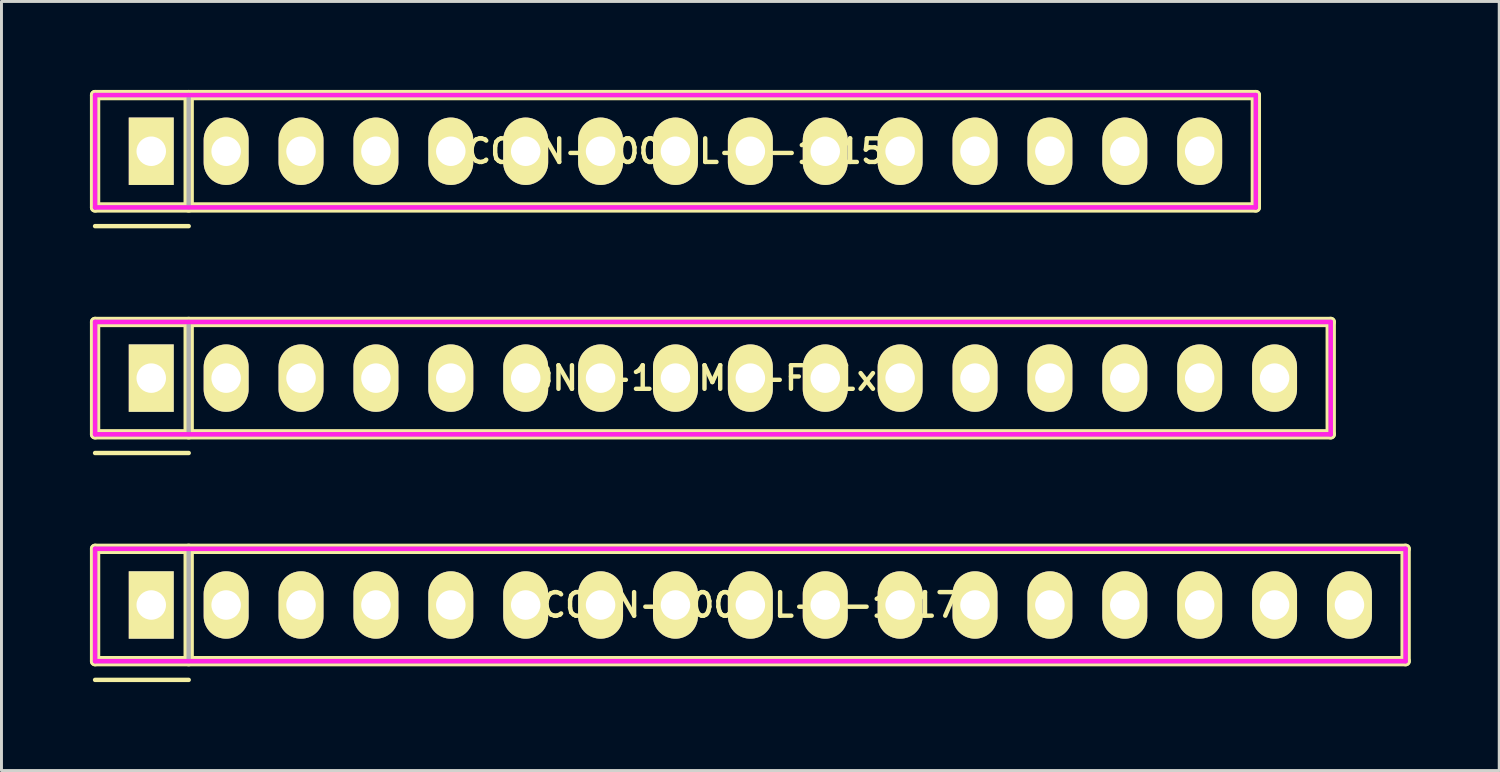
<source format=kicad_pcb>
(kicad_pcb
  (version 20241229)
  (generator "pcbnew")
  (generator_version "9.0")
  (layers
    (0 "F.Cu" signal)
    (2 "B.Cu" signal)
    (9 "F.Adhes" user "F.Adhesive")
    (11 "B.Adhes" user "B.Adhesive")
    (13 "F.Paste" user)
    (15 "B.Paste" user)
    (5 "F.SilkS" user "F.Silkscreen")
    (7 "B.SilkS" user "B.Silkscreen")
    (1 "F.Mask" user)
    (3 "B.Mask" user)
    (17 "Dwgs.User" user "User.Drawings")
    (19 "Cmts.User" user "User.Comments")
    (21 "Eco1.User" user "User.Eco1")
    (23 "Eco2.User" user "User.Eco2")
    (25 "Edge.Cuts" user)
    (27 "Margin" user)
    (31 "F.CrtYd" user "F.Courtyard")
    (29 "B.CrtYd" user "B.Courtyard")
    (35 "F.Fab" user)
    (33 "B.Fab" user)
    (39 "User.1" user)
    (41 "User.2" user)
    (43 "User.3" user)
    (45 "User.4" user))
  (footprint "CONN-100MIL-F-1x17"
    (layer "F.Cu")
    (at 22.4 17.47)
    (property "Reference" "CONN-100MIL-F-1x17" (at 0 0 0) (layer "F.SilkS") (effects (font (size 0.8 0.8) (thickness 0.15))))
    (attr through_hole)
    (fp_line (start -22.225 -1.905) (end 22.225 -1.905) (stroke (width 0.35) (type solid)) (layer "F.SilkS"))
    (fp_line (start -22.225 1.905) (end -22.225 -1.905) (stroke (width 0.35) (type solid)) (layer "F.SilkS"))
    (fp_line (start -22.225 2.54) (end -19.05 2.54) (stroke (width 0.15) (type solid)) (layer "F.SilkS"))
    (fp_line (start -19.05 -1.905) (end -19.05 1.905) (stroke (width 0.35) (type solid)) (layer "F.SilkS"))
    (fp_line (start 22.225 -1.905) (end 22.225 1.905) (stroke (width 0.35) (type solid)) (layer "F.SilkS"))
    (fp_line (start 22.225 1.905) (end -22.225 1.905) (stroke (width 0.35) (type solid)) (layer "F.SilkS"))
    (fp_line (start -22.225 -1.905) (end 22.225 -1.905) (stroke (width 0.15) (type solid)) (layer "F.CrtYd"))
    (fp_line (start -22.225 1.905) (end -22.225 -1.905) (stroke (width 0.15) (type solid)) (layer "F.CrtYd"))
    (fp_line (start 22.225 -1.905) (end 22.225 1.905) (stroke (width 0.15) (type solid)) (layer "F.CrtYd"))
    (fp_line (start 22.225 1.905) (end -22.225 1.905) (stroke (width 0.15) (type solid)) (layer "F.CrtYd"))
    (fp_line (start -22.225 -1.905) (end 22.225 -1.905) (stroke (width 0.15) (type solid)) (layer "F.Fab"))
    (fp_line (start -22.225 1.905) (end -22.225 -1.905) (stroke (width 0.15) (type solid)) (layer "F.Fab"))
    (fp_line (start -19.05 -1.905) (end -19.05 1.905) (stroke (width 0.15) (type solid)) (layer "F.Fab"))
    (fp_line (start 22.225 -1.905) (end 22.225 1.905) (stroke (width 0.15) (type solid)) (layer "F.Fab"))
    (fp_line (start 22.225 1.905) (end -22.225 1.905) (stroke (width 0.15) (type solid)) (layer "F.Fab"))
    (pad "1" thru_hole rect (at -20.32 0) (size 1.524 2.286) (drill 1) (layers "*.Cu" "*.Mask" "F.SilkS"))
    (pad "2" thru_hole oval (at -17.78 0) (size 1.524 2.286) (drill 1) (layers "*.Cu" "*.Mask" "F.SilkS"))
    (pad "3" thru_hole oval (at -15.24 0) (size 1.524 2.286) (drill 1) (layers "*.Cu" "*.Mask" "F.SilkS"))
    (pad "4" thru_hole oval (at -12.7 0) (size 1.524 2.286) (drill 1) (layers "*.Cu" "*.Mask" "F.SilkS"))
    (pad "5" thru_hole oval (at -10.16 0) (size 1.524 2.286) (drill 1) (layers "*.Cu" "*.Mask" "F.SilkS"))
    (pad "6" thru_hole oval (at -7.62 0) (size 1.524 2.286) (drill 1) (layers "*.Cu" "*.Mask" "F.SilkS"))
    (pad "7" thru_hole oval (at -5.08 0) (size 1.524 2.286) (drill 1) (layers "*.Cu" "*.Mask" "F.SilkS"))
    (pad "8" thru_hole oval (at -2.54 0) (size 1.524 2.286) (drill 1) (layers "*.Cu" "*.Mask" "F.SilkS"))
    (pad "9" thru_hole oval (at 0 0) (size 1.524 2.286) (drill 1) (layers "*.Cu" "*.Mask" "F.SilkS"))
    (pad "10" thru_hole oval (at 2.54 0) (size 1.524 2.286) (drill 1) (layers "*.Cu" "*.Mask" "F.SilkS"))
    (pad "11" thru_hole oval (at 5.08 0) (size 1.524 2.286) (drill 1) (layers "*.Cu" "*.Mask" "F.SilkS"))
    (pad "12" thru_hole oval (at 7.62 0) (size 1.524 2.286) (drill 1) (layers "*.Cu" "*.Mask" "F.SilkS"))
    (pad "13" thru_hole oval (at 10.16 0) (size 1.524 2.286) (drill 1) (layers "*.Cu" "*.Mask" "F.SilkS"))
    (pad "14" thru_hole oval (at 12.7 0) (size 1.524 2.286) (drill 1) (layers "*.Cu" "*.Mask" "F.SilkS"))
    (pad "15" thru_hole oval (at 15.24 0) (size 1.524 2.286) (drill 1) (layers "*.Cu" "*.Mask" "F.SilkS"))
    (pad "16" thru_hole oval (at 17.78 0) (size 1.524 2.286) (drill 1) (layers "*.Cu" "*.Mask" "F.SilkS"))
    (pad "17" thru_hole oval (at 20.32 0) (size 1.524 2.286) (drill 1) (layers "*.Cu" "*.Mask" "F.SilkS")))
  (footprint "CONN-100MIL-F-1x16"
    (layer "F.Cu")
    (at 21.13 9.775)
    (property "Reference" "CONN-100MIL-F-1x16" (at 0 0 0) (layer "F.SilkS") (effects (font (size 0.8 0.8) (thickness 0.15))))
    (attr through_hole)
    (fp_line (start -20.955 -1.905) (end 20.955 -1.905) (stroke (width 0.35) (type solid)) (layer "F.SilkS"))
    (fp_line (start -20.955 1.905) (end -20.955 -1.905) (stroke (width 0.35) (type solid)) (layer "F.SilkS"))
    (fp_line (start -20.955 2.54) (end -17.78 2.54) (stroke (width 0.15) (type solid)) (layer "F.SilkS"))
    (fp_line (start -17.78 -1.905) (end -17.78 1.905) (stroke (width 0.35) (type solid)) (layer "F.SilkS"))
    (fp_line (start 20.955 -1.905) (end 20.955 1.905) (stroke (width 0.35) (type solid)) (layer "F.SilkS"))
    (fp_line (start 20.955 1.905) (end -20.955 1.905) (stroke (width 0.35) (type solid)) (layer "F.SilkS"))
    (fp_line (start -20.955 -1.905) (end 20.955 -1.905) (stroke (width 0.15) (type solid)) (layer "F.CrtYd"))
    (fp_line (start -20.955 1.905) (end -20.955 -1.905) (stroke (width 0.15) (type solid)) (layer "F.CrtYd"))
    (fp_line (start 20.955 -1.905) (end 20.955 1.905) (stroke (width 0.15) (type solid)) (layer "F.CrtYd"))
    (fp_line (start 20.955 1.905) (end -20.955 1.905) (stroke (width 0.15) (type solid)) (layer "F.CrtYd"))
    (fp_line (start -20.955 -1.905) (end 20.955 -1.905) (stroke (width 0.15) (type solid)) (layer "F.Fab"))
    (fp_line (start -20.955 1.905) (end -20.955 -1.905) (stroke (width 0.15) (type solid)) (layer "F.Fab"))
    (fp_line (start -17.78 -1.905) (end -17.78 1.905) (stroke (width 0.15) (type solid)) (layer "F.Fab"))
    (fp_line (start 20.955 -1.905) (end 20.955 1.905) (stroke (width 0.15) (type solid)) (layer "F.Fab"))
    (fp_line (start 20.955 1.905) (end -20.955 1.905) (stroke (width 0.15) (type solid)) (layer "F.Fab"))
    (pad "1" thru_hole rect (at -19.05 0) (size 1.524 2.286) (drill 1) (layers "*.Cu" "*.Mask" "F.SilkS"))
    (pad "2" thru_hole oval (at -16.51 0) (size 1.524 2.286) (drill 1) (layers "*.Cu" "*.Mask" "F.SilkS"))
    (pad "3" thru_hole oval (at -13.97 0) (size 1.524 2.286) (drill 1) (layers "*.Cu" "*.Mask" "F.SilkS"))
    (pad "4" thru_hole oval (at -11.43 0) (size 1.524 2.286) (drill 1) (layers "*.Cu" "*.Mask" "F.SilkS"))
    (pad "5" thru_hole oval (at -8.89 0) (size 1.524 2.286) (drill 1) (layers "*.Cu" "*.Mask" "F.SilkS"))
    (pad "6" thru_hole oval (at -6.35 0) (size 1.524 2.286) (drill 1) (layers "*.Cu" "*.Mask" "F.SilkS"))
    (pad "7" thru_hole oval (at -3.81 0) (size 1.524 2.286) (drill 1) (layers "*.Cu" "*.Mask" "F.SilkS"))
    (pad "8" thru_hole oval (at -1.27 0) (size 1.524 2.286) (drill 1) (layers "*.Cu" "*.Mask" "F.SilkS"))
    (pad "9" thru_hole oval (at 1.27 0) (size 1.524 2.286) (drill 1) (layers "*.Cu" "*.Mask" "F.SilkS"))
    (pad "10" thru_hole oval (at 3.81 0) (size 1.524 2.286) (drill 1) (layers "*.Cu" "*.Mask" "F.SilkS"))
    (pad "11" thru_hole oval (at 6.35 0) (size 1.524 2.286) (drill 1) (layers "*.Cu" "*.Mask" "F.SilkS"))
    (pad "12" thru_hole oval (at 8.89 0) (size 1.524 2.286) (drill 1) (layers "*.Cu" "*.Mask" "F.SilkS"))
    (pad "13" thru_hole oval (at 11.43 0) (size 1.524 2.286) (drill 1) (layers "*.Cu" "*.Mask" "F.SilkS"))
    (pad "14" thru_hole oval (at 13.97 0) (size 1.524 2.286) (drill 1) (layers "*.Cu" "*.Mask" "F.SilkS"))
    (pad "15" thru_hole oval (at 16.51 0) (size 1.524 2.286) (drill 1) (layers "*.Cu" "*.Mask" "F.SilkS"))
    (pad "16" thru_hole oval (at 19.05 0) (size 1.524 2.286) (drill 1) (layers "*.Cu" "*.Mask" "F.SilkS")))
  (footprint "CONN-100MIL-F-1x15"
    (layer "F.Cu")
    (at 19.86 2.08)
    (property "Reference" "CONN-100MIL-F-1x15" (at 0 0 0) (layer "F.SilkS") (effects (font (size 0.8 0.8) (thickness 0.15))))
    (attr through_hole)
    (fp_line (start -19.685 -1.905) (end 19.685 -1.905) (stroke (width 0.35) (type solid)) (layer "F.SilkS"))
    (fp_line (start -19.685 1.905) (end -19.685 -1.905) (stroke (width 0.35) (type solid)) (layer "F.SilkS"))
    (fp_line (start -19.685 2.54) (end -16.51 2.54) (stroke (width 0.15) (type solid)) (layer "F.SilkS"))
    (fp_line (start -16.51 -1.905) (end -16.51 1.905) (stroke (width 0.35) (type solid)) (layer "F.SilkS"))
    (fp_line (start 19.685 -1.905) (end 19.685 1.905) (stroke (width 0.35) (type solid)) (layer "F.SilkS"))
    (fp_line (start 19.685 1.905) (end -19.685 1.905) (stroke (width 0.35) (type solid)) (layer "F.SilkS"))
    (fp_line (start -19.685 -1.905) (end 19.685 -1.905) (stroke (width 0.15) (type solid)) (layer "F.CrtYd"))
    (fp_line (start -19.685 1.905) (end -19.685 -1.905) (stroke (width 0.15) (type solid)) (layer "F.CrtYd"))
    (fp_line (start 19.685 -1.905) (end 19.685 1.905) (stroke (width 0.15) (type solid)) (layer "F.CrtYd"))
    (fp_line (start 19.685 1.905) (end -19.685 1.905) (stroke (width 0.15) (type solid)) (layer "F.CrtYd"))
    (fp_line (start -19.685 -1.905) (end 19.685 -1.905) (stroke (width 0.15) (type solid)) (layer "F.Fab"))
    (fp_line (start -19.685 1.905) (end -19.685 -1.905) (stroke (width 0.15) (type solid)) (layer "F.Fab"))
    (fp_line (start -16.51 -1.905) (end -16.51 1.905) (stroke (width 0.15) (type solid)) (layer "F.Fab"))
    (fp_line (start 19.685 -1.905) (end 19.685 1.905) (stroke (width 0.15) (type solid)) (layer "F.Fab"))
    (fp_line (start 19.685 1.905) (end -19.685 1.905) (stroke (width 0.15) (type solid)) (layer "F.Fab"))
    (pad "1" thru_hole rect (at -17.78 0) (size 1.524 2.286) (drill 1) (layers "*.Cu" "*.Mask" "F.SilkS"))
    (pad "2" thru_hole oval (at -15.24 0) (size 1.524 2.286) (drill 1) (layers "*.Cu" "*.Mask" "F.SilkS"))
    (pad "3" thru_hole oval (at -12.7 0) (size 1.524 2.286) (drill 1) (layers "*.Cu" "*.Mask" "F.SilkS"))
    (pad "4" thru_hole oval (at -10.16 0) (size 1.524 2.286) (drill 1) (layers "*.Cu" "*.Mask" "F.SilkS"))
    (pad "5" thru_hole oval (at -7.62 0) (size 1.524 2.286) (drill 1) (layers "*.Cu" "*.Mask" "F.SilkS"))
    (pad "6" thru_hole oval (at -5.08 0) (size 1.524 2.286) (drill 1) (layers "*.Cu" "*.Mask" "F.SilkS"))
    (pad "7" thru_hole oval (at -2.54 0) (size 1.524 2.286) (drill 1) (layers "*.Cu" "*.Mask" "F.SilkS"))
    (pad "8" thru_hole oval (at 0 0) (size 1.524 2.286) (drill 1) (layers "*.Cu" "*.Mask" "F.SilkS"))
    (pad "9" thru_hole oval (at 2.54 0) (size 1.524 2.286) (drill 1) (layers "*.Cu" "*.Mask" "F.SilkS"))
    (pad "10" thru_hole oval (at 5.08 0) (size 1.524 2.286) (drill 1) (layers "*.Cu" "*.Mask" "F.SilkS"))
    (pad "11" thru_hole oval (at 7.62 0) (size 1.524 2.286) (drill 1) (layers "*.Cu" "*.Mask" "F.SilkS"))
    (pad "12" thru_hole oval (at 10.16 0) (size 1.524 2.286) (drill 1) (layers "*.Cu" "*.Mask" "F.SilkS"))
    (pad "13" thru_hole oval (at 12.7 0) (size 1.524 2.286) (drill 1) (layers "*.Cu" "*.Mask" "F.SilkS"))
    (pad "14" thru_hole oval (at 15.24 0) (size 1.524 2.286) (drill 1) (layers "*.Cu" "*.Mask" "F.SilkS"))
    (pad "15" thru_hole oval (at 17.78 0) (size 1.524 2.286) (drill 1) (layers "*.Cu" "*.Mask" "F.SilkS")))
  (gr_rect
    (start -3 -3)
    (end 47.8 23.085)
    (stroke (width 0.1) (type default))
    (fill no)
    (layer "Edge.Cuts")))
</source>
